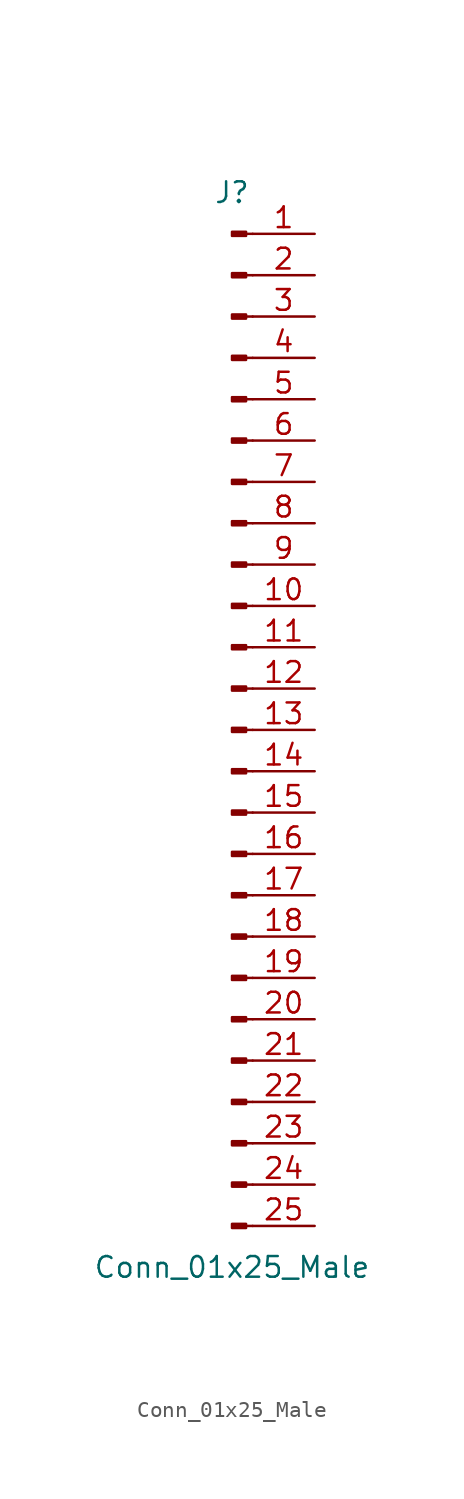
<source format=kicad_sym>
(kicad_symbol_lib
  (version 20220914)
  (generator kicad_symbol_editor)
  (symbol "Conn_01x25_Male"
    (pin_names
      (offset 1.016) hide)
    (property "Reference" "J"
      (at 0 33.02 0)
      (effects (font (size 1.27 1.27))))
    (property "Value" "Conn_01x25_Male"
      (at 0 -33.02 0)
      (effects (font (size 1.27 1.27))))
    (symbol "Conn_01x25_Male_1_1"
      (polyline (pts (xy 1.27 -30.48) (xy 0.864 -30.48)) (stroke (width 0.152) (type solid)) (fill (type none)))
      (polyline (pts (xy 1.27 -27.94) (xy 0.864 -27.94)) (stroke (width 0.152) (type solid)) (fill (type none)))
      (polyline (pts (xy 1.27 -25.4) (xy 0.864 -25.4)) (stroke (width 0.152) (type solid)) (fill (type none)))
      (polyline (pts (xy 1.27 -22.86) (xy 0.864 -22.86)) (stroke (width 0.152) (type solid)) (fill (type none)))
      (polyline (pts (xy 1.27 -20.32) (xy 0.864 -20.32)) (stroke (width 0.152) (type solid)) (fill (type none)))
      (polyline (pts (xy 1.27 -17.78) (xy 0.864 -17.78)) (stroke (width 0.152) (type solid)) (fill (type none)))
      (polyline (pts (xy 1.27 -15.24) (xy 0.864 -15.24)) (stroke (width 0.152) (type solid)) (fill (type none)))
      (polyline (pts (xy 1.27 -12.7) (xy 0.864 -12.7)) (stroke (width 0.152) (type solid)) (fill (type none)))
      (polyline (pts (xy 1.27 -10.16) (xy 0.864 -10.16)) (stroke (width 0.152) (type solid)) (fill (type none)))
      (polyline (pts (xy 1.27 -7.62) (xy 0.864 -7.62)) (stroke (width 0.152) (type solid)) (fill (type none)))
      (polyline (pts (xy 1.27 -5.08) (xy 0.864 -5.08)) (stroke (width 0.152) (type solid)) (fill (type none)))
      (polyline (pts (xy 1.27 -2.54) (xy 0.864 -2.54)) (stroke (width 0.152) (type solid)) (fill (type none)))
      (polyline (pts (xy 1.27 0) (xy 0.864 0)) (stroke (width 0.152) (type solid)) (fill (type none)))
      (polyline (pts (xy 1.27 2.54) (xy 0.864 2.54)) (stroke (width 0.152) (type solid)) (fill (type none)))
      (polyline (pts (xy 1.27 5.08) (xy 0.864 5.08)) (stroke (width 0.152) (type solid)) (fill (type none)))
      (polyline (pts (xy 1.27 7.62) (xy 0.864 7.62)) (stroke (width 0.152) (type solid)) (fill (type none)))
      (polyline (pts (xy 1.27 10.16) (xy 0.864 10.16)) (stroke (width 0.152) (type solid)) (fill (type none)))
      (polyline (pts (xy 1.27 12.7) (xy 0.864 12.7)) (stroke (width 0.152) (type solid)) (fill (type none)))
      (polyline (pts (xy 1.27 15.24) (xy 0.864 15.24)) (stroke (width 0.152) (type solid)) (fill (type none)))
      (polyline (pts (xy 1.27 17.78) (xy 0.864 17.78)) (stroke (width 0.152) (type solid)) (fill (type none)))
      (polyline (pts (xy 1.27 20.32) (xy 0.864 20.32)) (stroke (width 0.152) (type solid)) (fill (type none)))
      (polyline (pts (xy 1.27 22.86) (xy 0.864 22.86)) (stroke (width 0.152) (type solid)) (fill (type none)))
      (polyline (pts (xy 1.27 25.4) (xy 0.864 25.4)) (stroke (width 0.152) (type solid)) (fill (type none)))
      (polyline (pts (xy 1.27 27.94) (xy 0.864 27.94)) (stroke (width 0.152) (type solid)) (fill (type none)))
      (polyline (pts (xy 1.27 30.48) (xy 0.864 30.48)) (stroke (width 0.152) (type solid)) (fill (type none)))
      (rectangle (start 0.864 -30.353) (end 0 -30.607) (stroke (width 0.152) (type solid)) (fill (type outline)))
      (rectangle (start 0.864 -27.813) (end 0 -28.067) (stroke (width 0.152) (type solid)) (fill (type outline)))
      (rectangle (start 0.864 -25.273) (end 0 -25.527) (stroke (width 0.152) (type solid)) (fill (type outline)))
      (rectangle (start 0.864 -22.733) (end 0 -22.987) (stroke (width 0.152) (type solid)) (fill (type outline)))
      (rectangle (start 0.864 -20.193) (end 0 -20.447) (stroke (width 0.152) (type solid)) (fill (type outline)))
      (rectangle (start 0.864 -17.653) (end 0 -17.907) (stroke (width 0.152) (type solid)) (fill (type outline)))
      (rectangle (start 0.864 -15.113) (end 0 -15.367) (stroke (width 0.152) (type solid)) (fill (type outline)))
      (rectangle (start 0.864 -12.573) (end 0 -12.827) (stroke (width 0.152) (type solid)) (fill (type outline)))
      (rectangle (start 0.864 -10.033) (end 0 -10.287) (stroke (width 0.152) (type solid)) (fill (type outline)))
      (rectangle (start 0.864 -7.493) (end 0 -7.747) (stroke (width 0.152) (type solid)) (fill (type outline)))
      (rectangle (start 0.864 -4.953) (end 0 -5.207) (stroke (width 0.152) (type solid)) (fill (type outline)))
      (rectangle (start 0.864 -2.413) (end 0 -2.667) (stroke (width 0.152) (type solid)) (fill (type outline)))
      (rectangle (start 0.864 0.127) (end 0 -0.127) (stroke (width 0.152) (type solid)) (fill (type outline)))
      (rectangle (start 0.864 2.667) (end 0 2.413) (stroke (width 0.152) (type solid)) (fill (type outline)))
      (rectangle (start 0.864 5.207) (end 0 4.953) (stroke (width 0.152) (type solid)) (fill (type outline)))
      (rectangle (start 0.864 7.747) (end 0 7.493) (stroke (width 0.152) (type solid)) (fill (type outline)))
      (rectangle (start 0.864 10.287) (end 0 10.033) (stroke (width 0.152) (type solid)) (fill (type outline)))
      (rectangle (start 0.864 12.827) (end 0 12.573) (stroke (width 0.152) (type solid)) (fill (type outline)))
      (rectangle (start 0.864 15.367) (end 0 15.113) (stroke (width 0.152) (type solid)) (fill (type outline)))
      (rectangle (start 0.864 17.907) (end 0 17.653) (stroke (width 0.152) (type solid)) (fill (type outline)))
      (rectangle (start 0.864 20.447) (end 0 20.193) (stroke (width 0.152) (type solid)) (fill (type outline)))
      (rectangle (start 0.864 22.987) (end 0 22.733) (stroke (width 0.152) (type solid)) (fill (type outline)))
      (rectangle (start 0.864 25.527) (end 0 25.273) (stroke (width 0.152) (type solid)) (fill (type outline)))
      (rectangle (start 0.864 28.067) (end 0 27.813) (stroke (width 0.152) (type solid)) (fill (type outline)))
      (rectangle (start 0.864 30.607) (end 0 30.353) (stroke (width 0.152) (type solid)) (fill (type outline)))
      (pin passive line (at 5.08 30.48 180) (length 3.81) (name "Pin_1" (effects (font (size 1.27 1.27)))) (number "1" (effects (font (size 1.27 1.27)))))
      (pin passive line (at 5.08 7.62 180) (length 3.81) (name "Pin_10" (effects (font (size 1.27 1.27)))) (number "10" (effects (font (size 1.27 1.27)))))
      (pin passive line (at 5.08 5.08 180) (length 3.81) (name "Pin_11" (effects (font (size 1.27 1.27)))) (number "11" (effects (font (size 1.27 1.27)))))
      (pin passive line (at 5.08 2.54 180) (length 3.81) (name "Pin_12" (effects (font (size 1.27 1.27)))) (number "12" (effects (font (size 1.27 1.27)))))
      (pin passive line (at 5.08 0 180) (length 3.81) (name "Pin_13" (effects (font (size 1.27 1.27)))) (number "13" (effects (font (size 1.27 1.27)))))
      (pin passive line (at 5.08 -2.54 180) (length 3.81) (name "Pin_14" (effects (font (size 1.27 1.27)))) (number "14" (effects (font (size 1.27 1.27)))))
      (pin passive line (at 5.08 -5.08 180) (length 3.81) (name "Pin_15" (effects (font (size 1.27 1.27)))) (number "15" (effects (font (size 1.27 1.27)))))
      (pin passive line (at 5.08 -7.62 180) (length 3.81) (name "Pin_16" (effects (font (size 1.27 1.27)))) (number "16" (effects (font (size 1.27 1.27)))))
      (pin passive line (at 5.08 -10.16 180) (length 3.81) (name "Pin_17" (effects (font (size 1.27 1.27)))) (number "17" (effects (font (size 1.27 1.27)))))
      (pin passive line (at 5.08 -12.7 180) (length 3.81) (name "Pin_18" (effects (font (size 1.27 1.27)))) (number "18" (effects (font (size 1.27 1.27)))))
      (pin passive line (at 5.08 -15.24 180) (length 3.81) (name "Pin_19" (effects (font (size 1.27 1.27)))) (number "19" (effects (font (size 1.27 1.27)))))
      (pin passive line (at 5.08 27.94 180) (length 3.81) (name "Pin_2" (effects (font (size 1.27 1.27)))) (number "2" (effects (font (size 1.27 1.27)))))
      (pin passive line (at 5.08 -17.78 180) (length 3.81) (name "Pin_20" (effects (font (size 1.27 1.27)))) (number "20" (effects (font (size 1.27 1.27)))))
      (pin passive line (at 5.08 -20.32 180) (length 3.81) (name "Pin_21" (effects (font (size 1.27 1.27)))) (number "21" (effects (font (size 1.27 1.27)))))
      (pin passive line (at 5.08 -22.86 180) (length 3.81) (name "Pin_22" (effects (font (size 1.27 1.27)))) (number "22" (effects (font (size 1.27 1.27)))))
      (pin passive line (at 5.08 -25.4 180) (length 3.81) (name "Pin_23" (effects (font (size 1.27 1.27)))) (number "23" (effects (font (size 1.27 1.27)))))
      (pin passive line (at 5.08 -27.94 180) (length 3.81) (name "Pin_24" (effects (font (size 1.27 1.27)))) (number "24" (effects (font (size 1.27 1.27)))))
      (pin passive line (at 5.08 -30.48 180) (length 3.81) (name "Pin_25" (effects (font (size 1.27 1.27)))) (number "25" (effects (font (size 1.27 1.27)))))
      (pin passive line (at 5.08 25.4 180) (length 3.81) (name "Pin_3" (effects (font (size 1.27 1.27)))) (number "3" (effects (font (size 1.27 1.27)))))
      (pin passive line (at 5.08 22.86 180) (length 3.81) (name "Pin_4" (effects (font (size 1.27 1.27)))) (number "4" (effects (font (size 1.27 1.27)))))
      (pin passive line (at 5.08 20.32 180) (length 3.81) (name "Pin_5" (effects (font (size 1.27 1.27)))) (number "5" (effects (font (size 1.27 1.27)))))
      (pin passive line (at 5.08 17.78 180) (length 3.81) (name "Pin_6" (effects (font (size 1.27 1.27)))) (number "6" (effects (font (size 1.27 1.27)))))
      (pin passive line (at 5.08 15.24 180) (length 3.81) (name "Pin_7" (effects (font (size 1.27 1.27)))) (number "7" (effects (font (size 1.27 1.27)))))
      (pin passive line (at 5.08 12.7 180) (length 3.81) (name "Pin_8" (effects (font (size 1.27 1.27)))) (number "8" (effects (font (size 1.27 1.27)))))
      (pin passive line (at 5.08 10.16 180) (length 3.81) (name "Pin_9" (effects (font (size 1.27 1.27)))) (number "9" (effects (font (size 1.27 1.27))))))))
</source>
